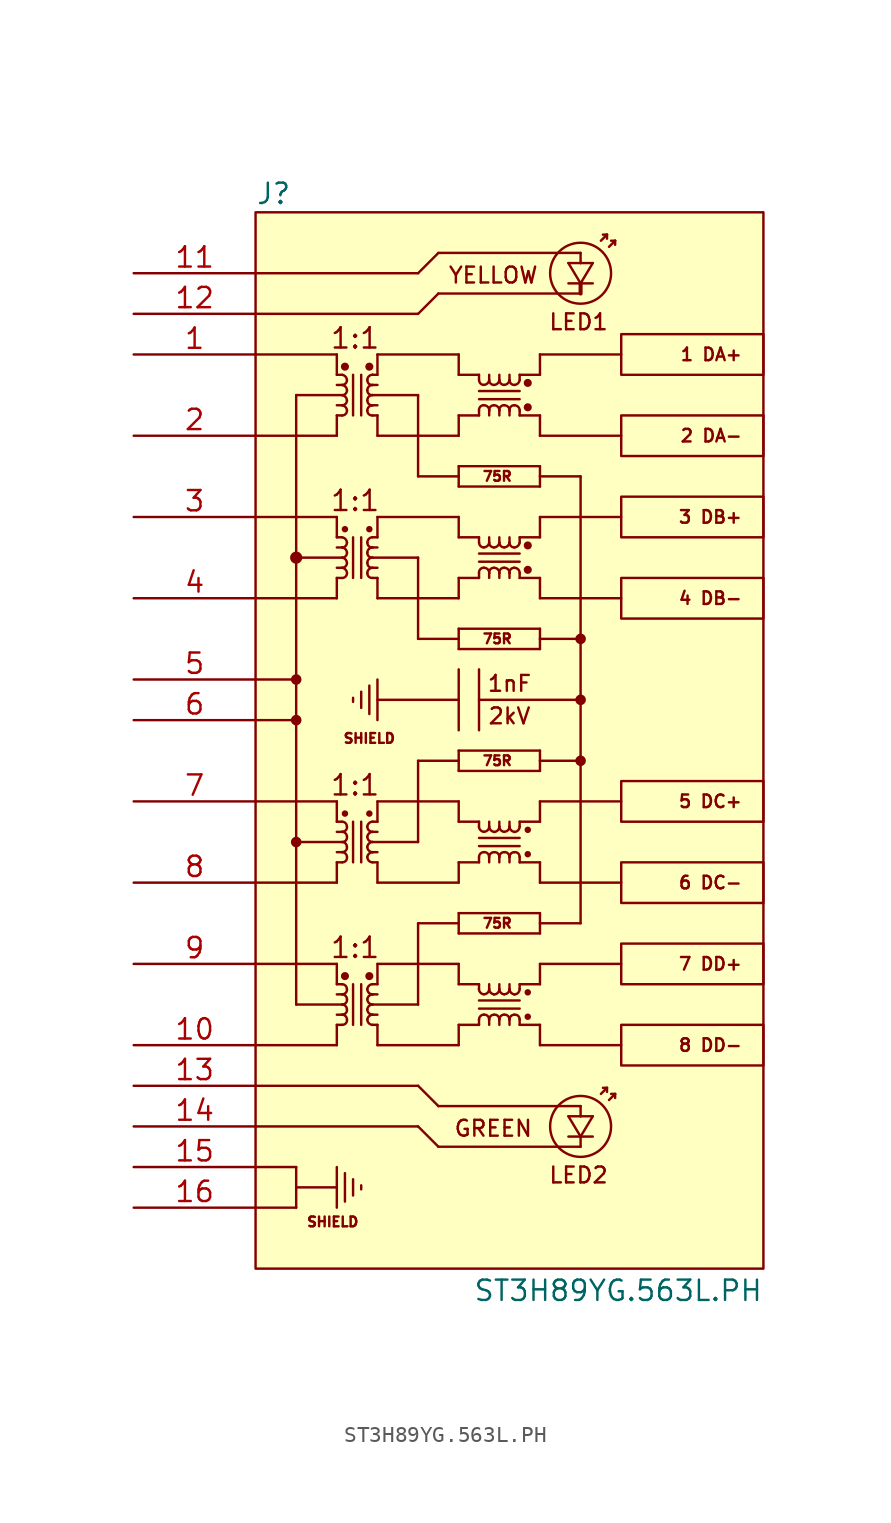
<source format=kicad_sym>
(kicad_symbol_lib
  (version 20211014)
  (generator kicad_symbol_editor)
  (symbol "ST3H89YG.563L.PH"
    (pin_names
      (offset 1.016) hide)
    (property "Reference" "J"
      (at -11.43 33.655 0)
      (effects (font (size 1.27 1.27)) (justify left top)))
    (property "Value" "ST3H89YG.563L.PH"
      (at 20.32 -34.925 0)
      (effects (font (size 1.27 1.27)) (justify right top)))
    (property "Datasheet" ""
      (at 1.27 0 0)
      (effects (font (size 1.524 1.524))))
    (symbol "ST3H89YG.563L.PH_0_0"
      (text "1 DA+" (at 19.05 22.86 0) (effects (font (size 0.787 0.787)) (justify right)))
      (text "3 DB+" (at 19.05 12.7 0) (effects (font (size 0.787 0.787)) (justify right)))
      (text "5 DC+" (at 19.05 -5.08 0) (effects (font (size 0.787 0.787)) (justify right)))
      (text "7 DD+" (at 19.05 -15.24 0) (effects (font (size 0.787 0.787)) (justify right))))
    (symbol "ST3H89YG.563L.PH_1_0"
      (rectangle (start -11.43 -34.29) (end 20.32 31.75) (stroke (width 0) (type default) (color 0 0 0 0)) (fill (type background)))
      (polyline (pts (xy -11.43 -27.94) (xy -8.89 -27.94)) (stroke (width 0) (type default) (color 0 0 0 0)) (fill (type none)))
      (polyline (pts (xy -11.43 -20.32) (xy -6.35 -20.32)) (stroke (width 0) (type default) (color 0 0 0 0)) (fill (type none)))
      (polyline (pts (xy -11.43 -15.24) (xy -6.35 -15.24)) (stroke (width 0) (type default) (color 0 0 0 0)) (fill (type none)))
      (polyline (pts (xy -11.43 -10.16) (xy -6.35 -10.16)) (stroke (width 0) (type default) (color 0 0 0 0)) (fill (type none)))
      (polyline (pts (xy -11.43 -5.08) (xy -6.35 -5.08)) (stroke (width 0) (type default) (color 0 0 0 0)) (fill (type none)))
      (polyline (pts (xy -11.43 0) (xy -8.89 0)) (stroke (width 0) (type default) (color 0 0 0 0)) (fill (type none)))
      (polyline (pts (xy -11.43 2.54) (xy -8.89 2.54)) (stroke (width 0) (type default) (color 0 0 0 0)) (fill (type none)))
      (polyline (pts (xy -11.43 7.62) (xy -6.35 7.62)) (stroke (width 0) (type default) (color 0 0 0 0)) (fill (type none)))
      (polyline (pts (xy -11.43 12.7) (xy -6.35 12.7)) (stroke (width 0) (type default) (color 0 0 0 0)) (fill (type none)))
      (polyline (pts (xy -11.43 17.78) (xy -6.35 17.78)) (stroke (width 0) (type default) (color 0 0 0 0)) (fill (type none)))
      (polyline (pts (xy -11.43 22.86) (xy -6.35 22.86)) (stroke (width 0) (type default) (color 0 0 0 0)) (fill (type none)))
      (polyline (pts (xy -8.89 -30.48) (xy -11.43 -30.48)) (stroke (width 0) (type default) (color 0 0 0 0)) (fill (type none)))
      (polyline (pts (xy -8.89 -29.21) (xy -6.35 -29.21)) (stroke (width 0) (type default) (color 0 0 0 0)) (fill (type none)))
      (polyline (pts (xy -8.89 -27.94) (xy -8.89 -30.48)) (stroke (width 0) (type default) (color 0 0 0 0)) (fill (type none)))
      (polyline (pts (xy -8.89 -17.78) (xy -8.89 -7.62)) (stroke (width 0) (type default) (color 0 0 0 0)) (fill (type none)))
      (polyline (pts (xy -8.89 0) (xy -8.89 -7.62)) (stroke (width 0) (type default) (color 0 0 0 0)) (fill (type none)))
      (polyline (pts (xy -8.89 2.54) (xy -8.89 0)) (stroke (width 0) (type default) (color 0 0 0 0)) (fill (type none)))
      (polyline (pts (xy -8.89 10.16) (xy -8.89 2.54)) (stroke (width 0) (type default) (color 0 0 0 0)) (fill (type none)))
      (polyline (pts (xy -8.89 20.32) (xy -8.89 10.16)) (stroke (width 0) (type default) (color 0 0 0 0)) (fill (type none)))
      (polyline (pts (xy -6.35 -30.48) (xy -6.35 -29.21)) (stroke (width 0) (type default) (color 0 0 0 0)) (fill (type none)))
      (polyline (pts (xy -6.35 -29.21) (xy -6.35 -27.94)) (stroke (width 0) (type default) (color 0 0 0 0)) (fill (type none)))
      (polyline (pts (xy -6.35 -20.32) (xy -6.35 -19.05)) (stroke (width 0) (type default) (color 0 0 0 0)) (fill (type none)))
      (polyline (pts (xy -6.35 -18.415) (xy -6.02 -18.415)) (stroke (width 0) (type default) (color 0 0 0 0)) (fill (type none)))
      (polyline (pts (xy -6.35 -17.145) (xy -6.02 -17.145)) (stroke (width 0) (type default) (color 0 0 0 0)) (fill (type none)))
      (polyline (pts (xy -6.35 -16.51) (xy -6.02 -16.51)) (stroke (width 0) (type default) (color 0 0 0 0)) (fill (type none)))
      (polyline (pts (xy -6.35 -15.24) (xy -6.35 -16.51)) (stroke (width 0) (type default) (color 0 0 0 0)) (fill (type none)))
      (polyline (pts (xy -6.35 -10.16) (xy -6.35 -8.89)) (stroke (width 0) (type default) (color 0 0 0 0)) (fill (type none)))
      (polyline (pts (xy -6.35 -8.255) (xy -6.02 -8.255)) (stroke (width 0) (type default) (color 0 0 0 0)) (fill (type none)))
      (polyline (pts (xy -6.35 -6.985) (xy -6.02 -6.985)) (stroke (width 0) (type default) (color 0 0 0 0)) (fill (type none)))
      (polyline (pts (xy -6.35 -6.35) (xy -6.02 -6.35)) (stroke (width 0) (type default) (color 0 0 0 0)) (fill (type none)))
      (polyline (pts (xy -6.35 -5.08) (xy -6.35 -6.35)) (stroke (width 0) (type default) (color 0 0 0 0)) (fill (type none)))
      (polyline (pts (xy -6.35 7.62) (xy -6.35 8.89)) (stroke (width 0) (type default) (color 0 0 0 0)) (fill (type none)))
      (polyline (pts (xy -6.35 9.525) (xy -6.02 9.525)) (stroke (width 0) (type default) (color 0 0 0 0)) (fill (type none)))
      (polyline (pts (xy -6.35 10.795) (xy -6.02 10.795)) (stroke (width 0) (type default) (color 0 0 0 0)) (fill (type none)))
      (polyline (pts (xy -6.35 11.43) (xy -6.02 11.43)) (stroke (width 0) (type default) (color 0 0 0 0)) (fill (type none)))
      (polyline (pts (xy -6.35 12.7) (xy -6.35 11.43)) (stroke (width 0) (type default) (color 0 0 0 0)) (fill (type none)))
      (polyline (pts (xy -6.35 17.78) (xy -6.35 19.05)) (stroke (width 0) (type default) (color 0 0 0 0)) (fill (type none)))
      (polyline (pts (xy -6.35 19.685) (xy -6.02 19.685)) (stroke (width 0) (type default) (color 0 0 0 0)) (fill (type none)))
      (polyline (pts (xy -6.35 20.955) (xy -6.02 20.955)) (stroke (width 0) (type default) (color 0 0 0 0)) (fill (type none)))
      (polyline (pts (xy -6.35 21.59) (xy -6.02 21.59)) (stroke (width 0) (type default) (color 0 0 0 0)) (fill (type none)))
      (polyline (pts (xy -6.35 22.86) (xy -6.35 21.59)) (stroke (width 0) (type default) (color 0 0 0 0)) (fill (type none)))
      (polyline (pts (xy -6.02 -19.05) (xy -6.35 -19.05)) (stroke (width 0) (type default) (color 0 0 0 0)) (fill (type none)))
      (polyline (pts (xy -6.02 -17.78) (xy -8.89 -17.78)) (stroke (width 0) (type default) (color 0 0 0 0)) (fill (type none)))
      (polyline (pts (xy -6.02 -8.89) (xy -6.35 -8.89)) (stroke (width 0) (type default) (color 0 0 0 0)) (fill (type none)))
      (polyline (pts (xy -6.02 -7.62) (xy -8.89 -7.62)) (stroke (width 0) (type default) (color 0 0 0 0)) (fill (type none)))
      (polyline (pts (xy -6.02 8.89) (xy -6.35 8.89)) (stroke (width 0) (type default) (color 0 0 0 0)) (fill (type none)))
      (polyline (pts (xy -6.02 10.16) (xy -8.89 10.16)) (stroke (width 0) (type default) (color 0 0 0 0)) (fill (type none)))
      (polyline (pts (xy -6.02 19.05) (xy -6.35 19.05)) (stroke (width 0) (type default) (color 0 0 0 0)) (fill (type none)))
      (polyline (pts (xy -6.02 20.32) (xy -8.89 20.32)) (stroke (width 0) (type default) (color 0 0 0 0)) (fill (type none)))
      (polyline (pts (xy -5.842 -30.099) (xy -5.842 -28.321)) (stroke (width 0) (type default) (color 0 0 0 0)) (fill (type none)))
      (polyline (pts (xy -5.334 -29.718) (xy -5.334 -28.702)) (stroke (width 0) (type default) (color 0 0 0 0)) (fill (type none)))
      (polyline (pts (xy -5.334 -16.51) (xy -5.334 -19.05)) (stroke (width 0) (type default) (color 0 0 0 0)) (fill (type none)))
      (polyline (pts (xy -5.334 -6.35) (xy -5.334 -8.89)) (stroke (width 0) (type default) (color 0 0 0 0)) (fill (type none)))
      (polyline (pts (xy -5.334 1.397) (xy -5.334 1.143)) (stroke (width 0) (type default) (color 0 0 0 0)) (fill (type none)))
      (polyline (pts (xy -5.334 11.43) (xy -5.334 8.89)) (stroke (width 0) (type default) (color 0 0 0 0)) (fill (type none)))
      (polyline (pts (xy -5.334 21.59) (xy -5.334 19.05)) (stroke (width 0) (type default) (color 0 0 0 0)) (fill (type none)))
      (polyline (pts (xy -4.826 -29.337) (xy -4.826 -29.083)) (stroke (width 0) (type default) (color 0 0 0 0)) (fill (type none)))
      (polyline (pts (xy -4.826 -16.51) (xy -4.826 -19.05)) (stroke (width 0) (type default) (color 0 0 0 0)) (fill (type none)))
      (polyline (pts (xy -4.826 -6.35) (xy -4.826 -8.89)) (stroke (width 0) (type default) (color 0 0 0 0)) (fill (type none)))
      (polyline (pts (xy -4.826 1.778) (xy -4.826 0.762)) (stroke (width 0) (type default) (color 0 0 0 0)) (fill (type none)))
      (polyline (pts (xy -4.826 11.43) (xy -4.826 8.89)) (stroke (width 0) (type default) (color 0 0 0 0)) (fill (type none)))
      (polyline (pts (xy -4.826 21.59) (xy -4.826 19.05)) (stroke (width 0) (type default) (color 0 0 0 0)) (fill (type none)))
      (polyline (pts (xy -4.318 2.159) (xy -4.318 0.381)) (stroke (width 0) (type default) (color 0 0 0 0)) (fill (type none)))
      (polyline (pts (xy -4.115 -19.05) (xy -3.81 -19.05)) (stroke (width 0) (type default) (color 0 0 0 0)) (fill (type none)))
      (polyline (pts (xy -4.115 -17.78) (xy -1.27 -17.78)) (stroke (width 0) (type default) (color 0 0 0 0)) (fill (type none)))
      (polyline (pts (xy -4.115 -8.89) (xy -3.81 -8.89)) (stroke (width 0) (type default) (color 0 0 0 0)) (fill (type none)))
      (polyline (pts (xy -4.115 -7.62) (xy -1.27 -7.62)) (stroke (width 0) (type default) (color 0 0 0 0)) (fill (type none)))
      (polyline (pts (xy -4.115 8.89) (xy -3.81 8.89)) (stroke (width 0) (type default) (color 0 0 0 0)) (fill (type none)))
      (polyline (pts (xy -4.115 10.16) (xy -1.27 10.16)) (stroke (width 0) (type default) (color 0 0 0 0)) (fill (type none)))
      (polyline (pts (xy -4.115 19.05) (xy -3.81 19.05)) (stroke (width 0) (type default) (color 0 0 0 0)) (fill (type none)))
      (polyline (pts (xy -4.115 20.32) (xy -1.27 20.32)) (stroke (width 0) (type default) (color 0 0 0 0)) (fill (type none)))
      (polyline (pts (xy -3.81 -20.32) (xy -3.81 -19.05)) (stroke (width 0) (type default) (color 0 0 0 0)) (fill (type none)))
      (polyline (pts (xy -3.81 -18.415) (xy -4.115 -18.415)) (stroke (width 0) (type default) (color 0 0 0 0)) (fill (type none)))
      (polyline (pts (xy -3.81 -17.145) (xy -4.115 -17.145)) (stroke (width 0) (type default) (color 0 0 0 0)) (fill (type none)))
      (polyline (pts (xy -3.81 -16.51) (xy -4.115 -16.51)) (stroke (width 0) (type default) (color 0 0 0 0)) (fill (type none)))
      (polyline (pts (xy -3.81 -15.24) (xy -3.81 -16.51)) (stroke (width 0) (type default) (color 0 0 0 0)) (fill (type none)))
      (polyline (pts (xy -3.81 -10.16) (xy -3.81 -8.89)) (stroke (width 0) (type default) (color 0 0 0 0)) (fill (type none)))
      (polyline (pts (xy -3.81 -8.255) (xy -4.115 -8.255)) (stroke (width 0) (type default) (color 0 0 0 0)) (fill (type none)))
      (polyline (pts (xy -3.81 -6.985) (xy -4.115 -6.985)) (stroke (width 0) (type default) (color 0 0 0 0)) (fill (type none)))
      (polyline (pts (xy -3.81 -6.35) (xy -4.115 -6.35)) (stroke (width 0) (type default) (color 0 0 0 0)) (fill (type none)))
      (polyline (pts (xy -3.81 -5.08) (xy -3.81 -6.35)) (stroke (width 0) (type default) (color 0 0 0 0)) (fill (type none)))
      (polyline (pts (xy -3.81 2.54) (xy -3.81 0)) (stroke (width 0) (type default) (color 0 0 0 0)) (fill (type none)))
      (polyline (pts (xy -3.81 7.62) (xy -3.81 8.89)) (stroke (width 0) (type default) (color 0 0 0 0)) (fill (type none)))
      (polyline (pts (xy -3.81 9.525) (xy -4.115 9.525)) (stroke (width 0) (type default) (color 0 0 0 0)) (fill (type none)))
      (polyline (pts (xy -3.81 10.795) (xy -4.115 10.795)) (stroke (width 0) (type default) (color 0 0 0 0)) (fill (type none)))
      (polyline (pts (xy -3.81 11.43) (xy -4.115 11.43)) (stroke (width 0) (type default) (color 0 0 0 0)) (fill (type none)))
      (polyline (pts (xy -3.81 12.7) (xy -3.81 11.43)) (stroke (width 0) (type default) (color 0 0 0 0)) (fill (type none)))
      (polyline (pts (xy -3.81 17.78) (xy -3.81 19.05)) (stroke (width 0) (type default) (color 0 0 0 0)) (fill (type none)))
      (polyline (pts (xy -3.81 19.685) (xy -4.115 19.685)) (stroke (width 0) (type default) (color 0 0 0 0)) (fill (type none)))
      (polyline (pts (xy -3.81 20.955) (xy -4.115 20.955)) (stroke (width 0) (type default) (color 0 0 0 0)) (fill (type none)))
      (polyline (pts (xy -3.81 21.59) (xy -4.115 21.59)) (stroke (width 0) (type default) (color 0 0 0 0)) (fill (type none)))
      (polyline (pts (xy -3.81 22.86) (xy -3.81 21.59)) (stroke (width 0) (type default) (color 0 0 0 0)) (fill (type none)))
      (polyline (pts (xy -1.27 -25.4) (xy -11.43 -25.4)) (stroke (width 0) (type default) (color 0 0 0 0)) (fill (type none)))
      (polyline (pts (xy -1.27 -22.86) (xy -11.43 -22.86)) (stroke (width 0) (type default) (color 0 0 0 0)) (fill (type none)))
      (polyline (pts (xy -1.27 -17.78) (xy -1.27 -12.7)) (stroke (width 0) (type default) (color 0 0 0 0)) (fill (type none)))
      (polyline (pts (xy -1.27 -12.7) (xy 1.27 -12.7)) (stroke (width 0) (type default) (color 0 0 0 0)) (fill (type none)))
      (polyline (pts (xy -1.27 -7.62) (xy -1.27 -2.54)) (stroke (width 0) (type default) (color 0 0 0 0)) (fill (type none)))
      (polyline (pts (xy -1.27 -2.54) (xy 1.27 -2.54)) (stroke (width 0) (type default) (color 0 0 0 0)) (fill (type none)))
      (polyline (pts (xy -1.27 5.08) (xy 1.27 5.08)) (stroke (width 0) (type default) (color 0 0 0 0)) (fill (type none)))
      (polyline (pts (xy -1.27 10.16) (xy -1.27 5.08)) (stroke (width 0) (type default) (color 0 0 0 0)) (fill (type none)))
      (polyline (pts (xy -1.27 15.24) (xy 1.27 15.24)) (stroke (width 0) (type default) (color 0 0 0 0)) (fill (type none)))
      (polyline (pts (xy -1.27 20.32) (xy -1.27 15.24)) (stroke (width 0) (type default) (color 0 0 0 0)) (fill (type none)))
      (polyline (pts (xy -1.27 25.4) (xy -11.43 25.4)) (stroke (width 0) (type default) (color 0 0 0 0)) (fill (type none)))
      (polyline (pts (xy -1.27 27.94) (xy -11.43 27.94)) (stroke (width 0) (type default) (color 0 0 0 0)) (fill (type none)))
      (polyline (pts (xy 0 -26.67) (xy -1.27 -25.4)) (stroke (width 0) (type default) (color 0 0 0 0)) (fill (type none)))
      (polyline (pts (xy 0 -24.13) (xy -1.27 -22.86)) (stroke (width 0) (type default) (color 0 0 0 0)) (fill (type none)))
      (polyline (pts (xy 0 26.67) (xy -1.27 25.4)) (stroke (width 0) (type default) (color 0 0 0 0)) (fill (type none)))
      (polyline (pts (xy 0 29.21) (xy -1.27 27.94)) (stroke (width 0) (type default) (color 0 0 0 0)) (fill (type none)))
      (polyline (pts (xy 1.27 -20.32) (xy -3.81 -20.32)) (stroke (width 0) (type default) (color 0 0 0 0)) (fill (type none)))
      (polyline (pts (xy 1.27 -19.05) (xy 1.27 -20.32)) (stroke (width 0) (type default) (color 0 0 0 0)) (fill (type none)))
      (polyline (pts (xy 1.27 -19.05) (xy 2.54 -19.05)) (stroke (width 0) (type default) (color 0 0 0 0)) (fill (type none)))
      (polyline (pts (xy 1.27 -16.51) (xy 1.27 -15.24)) (stroke (width 0) (type default) (color 0 0 0 0)) (fill (type none)))
      (polyline (pts (xy 1.27 -16.51) (xy 2.54 -16.51)) (stroke (width 0) (type default) (color 0 0 0 0)) (fill (type none)))
      (polyline (pts (xy 1.27 -15.24) (xy -3.81 -15.24)) (stroke (width 0) (type default) (color 0 0 0 0)) (fill (type none)))
      (polyline (pts (xy 1.27 -13.335) (xy 6.35 -13.335)) (stroke (width 0) (type default) (color 0 0 0 0)) (fill (type none)))
      (polyline (pts (xy 1.27 -12.065) (xy 1.27 -13.335)) (stroke (width 0) (type default) (color 0 0 0 0)) (fill (type none)))
      (polyline (pts (xy 1.27 -10.16) (xy -3.81 -10.16)) (stroke (width 0) (type default) (color 0 0 0 0)) (fill (type none)))
      (polyline (pts (xy 1.27 -8.89) (xy 1.27 -10.16)) (stroke (width 0) (type default) (color 0 0 0 0)) (fill (type none)))
      (polyline (pts (xy 1.27 -8.89) (xy 2.54 -8.89)) (stroke (width 0) (type default) (color 0 0 0 0)) (fill (type none)))
      (polyline (pts (xy 1.27 -6.35) (xy 1.27 -5.08)) (stroke (width 0) (type default) (color 0 0 0 0)) (fill (type none)))
      (polyline (pts (xy 1.27 -6.35) (xy 2.54 -6.35)) (stroke (width 0) (type default) (color 0 0 0 0)) (fill (type none)))
      (polyline (pts (xy 1.27 -5.08) (xy -3.81 -5.08)) (stroke (width 0) (type default) (color 0 0 0 0)) (fill (type none)))
      (polyline (pts (xy 1.27 -3.175) (xy 6.35 -3.175)) (stroke (width 0) (type default) (color 0 0 0 0)) (fill (type none)))
      (polyline (pts (xy 1.27 -1.905) (xy 1.27 -3.175)) (stroke (width 0) (type default) (color 0 0 0 0)) (fill (type none)))
      (polyline (pts (xy 1.27 1.27) (xy -3.81 1.27)) (stroke (width 0) (type default) (color 0 0 0 0)) (fill (type none)))
      (polyline (pts (xy 1.27 1.27) (xy 1.27 -0.635)) (stroke (width 0) (type default) (color 0 0 0 0)) (fill (type none)))
      (polyline (pts (xy 1.27 3.175) (xy 1.27 1.27)) (stroke (width 0) (type default) (color 0 0 0 0)) (fill (type none)))
      (polyline (pts (xy 1.27 4.445) (xy 6.35 4.445)) (stroke (width 0) (type default) (color 0 0 0 0)) (fill (type none)))
      (polyline (pts (xy 1.27 5.715) (xy 1.27 4.445)) (stroke (width 0) (type default) (color 0 0 0 0)) (fill (type none)))
      (polyline (pts (xy 1.27 7.62) (xy -3.81 7.62)) (stroke (width 0) (type default) (color 0 0 0 0)) (fill (type none)))
      (polyline (pts (xy 1.27 8.89) (xy 1.27 7.62)) (stroke (width 0) (type default) (color 0 0 0 0)) (fill (type none)))
      (polyline (pts (xy 1.27 8.89) (xy 2.54 8.89)) (stroke (width 0) (type default) (color 0 0 0 0)) (fill (type none)))
      (polyline (pts (xy 1.27 11.43) (xy 1.27 12.7)) (stroke (width 0) (type default) (color 0 0 0 0)) (fill (type none)))
      (polyline (pts (xy 1.27 11.43) (xy 2.54 11.43)) (stroke (width 0) (type default) (color 0 0 0 0)) (fill (type none)))
      (polyline (pts (xy 1.27 12.7) (xy -3.81 12.7)) (stroke (width 0) (type default) (color 0 0 0 0)) (fill (type none)))
      (polyline (pts (xy 1.27 14.605) (xy 6.35 14.605)) (stroke (width 0) (type default) (color 0 0 0 0)) (fill (type none)))
      (polyline (pts (xy 1.27 15.875) (xy 1.27 14.605)) (stroke (width 0) (type default) (color 0 0 0 0)) (fill (type none)))
      (polyline (pts (xy 1.27 17.78) (xy -3.81 17.78)) (stroke (width 0) (type default) (color 0 0 0 0)) (fill (type none)))
      (polyline (pts (xy 1.27 19.05) (xy 1.27 17.78)) (stroke (width 0) (type default) (color 0 0 0 0)) (fill (type none)))
      (polyline (pts (xy 1.27 19.05) (xy 2.54 19.05)) (stroke (width 0) (type default) (color 0 0 0 0)) (fill (type none)))
      (polyline (pts (xy 1.27 21.59) (xy 1.27 22.86)) (stroke (width 0) (type default) (color 0 0 0 0)) (fill (type none)))
      (polyline (pts (xy 1.27 21.59) (xy 2.54 21.59)) (stroke (width 0) (type default) (color 0 0 0 0)) (fill (type none)))
      (polyline (pts (xy 1.27 22.86) (xy -3.81 22.86)) (stroke (width 0) (type default) (color 0 0 0 0)) (fill (type none)))
      (polyline (pts (xy 2.54 -18.72) (xy 2.54 -19.05)) (stroke (width 0) (type default) (color 0 0 0 0)) (fill (type none)))
      (polyline (pts (xy 2.54 -16.815) (xy 2.54 -16.51)) (stroke (width 0) (type default) (color 0 0 0 0)) (fill (type none)))
      (polyline (pts (xy 2.54 -8.56) (xy 2.54 -8.89)) (stroke (width 0) (type default) (color 0 0 0 0)) (fill (type none)))
      (polyline (pts (xy 2.54 -6.655) (xy 2.54 -6.35)) (stroke (width 0) (type default) (color 0 0 0 0)) (fill (type none)))
      (polyline (pts (xy 2.54 3.175) (xy 2.54 -0.635)) (stroke (width 0) (type default) (color 0 0 0 0)) (fill (type none)))
      (polyline (pts (xy 2.54 9.195) (xy 2.54 8.89)) (stroke (width 0) (type default) (color 0 0 0 0)) (fill (type none)))
      (polyline (pts (xy 2.54 11.1) (xy 2.54 11.43)) (stroke (width 0) (type default) (color 0 0 0 0)) (fill (type none)))
      (polyline (pts (xy 2.54 19.355) (xy 2.54 19.05)) (stroke (width 0) (type default) (color 0 0 0 0)) (fill (type none)))
      (polyline (pts (xy 2.54 21.26) (xy 2.54 21.59)) (stroke (width 0) (type default) (color 0 0 0 0)) (fill (type none)))
      (polyline (pts (xy 3.175 -19.05) (xy 3.175 -18.72)) (stroke (width 0) (type default) (color 0 0 0 0)) (fill (type none)))
      (polyline (pts (xy 3.175 -16.51) (xy 3.175 -16.815)) (stroke (width 0) (type default) (color 0 0 0 0)) (fill (type none)))
      (polyline (pts (xy 3.175 -8.89) (xy 3.175 -8.56)) (stroke (width 0) (type default) (color 0 0 0 0)) (fill (type none)))
      (polyline (pts (xy 3.175 -6.35) (xy 3.175 -6.655)) (stroke (width 0) (type default) (color 0 0 0 0)) (fill (type none)))
      (polyline (pts (xy 3.175 8.89) (xy 3.175 9.195)) (stroke (width 0) (type default) (color 0 0 0 0)) (fill (type none)))
      (polyline (pts (xy 3.175 11.43) (xy 3.175 11.1)) (stroke (width 0) (type default) (color 0 0 0 0)) (fill (type none)))
      (polyline (pts (xy 3.175 19.05) (xy 3.175 19.355)) (stroke (width 0) (type default) (color 0 0 0 0)) (fill (type none)))
      (polyline (pts (xy 3.175 21.59) (xy 3.175 21.26)) (stroke (width 0) (type default) (color 0 0 0 0)) (fill (type none)))
      (polyline (pts (xy 3.81 -19.05) (xy 3.81 -18.72)) (stroke (width 0) (type default) (color 0 0 0 0)) (fill (type none)))
      (polyline (pts (xy 3.81 -16.51) (xy 3.81 -16.815)) (stroke (width 0) (type default) (color 0 0 0 0)) (fill (type none)))
      (polyline (pts (xy 3.81 -8.89) (xy 3.81 -8.56)) (stroke (width 0) (type default) (color 0 0 0 0)) (fill (type none)))
      (polyline (pts (xy 3.81 -6.35) (xy 3.81 -6.655)) (stroke (width 0) (type default) (color 0 0 0 0)) (fill (type none)))
      (polyline (pts (xy 3.81 8.89) (xy 3.81 9.195)) (stroke (width 0) (type default) (color 0 0 0 0)) (fill (type none)))
      (polyline (pts (xy 3.81 11.43) (xy 3.81 11.1)) (stroke (width 0) (type default) (color 0 0 0 0)) (fill (type none)))
      (polyline (pts (xy 3.81 19.05) (xy 3.81 19.355)) (stroke (width 0) (type default) (color 0 0 0 0)) (fill (type none)))
      (polyline (pts (xy 3.81 21.59) (xy 3.81 21.26)) (stroke (width 0) (type default) (color 0 0 0 0)) (fill (type none)))
      (polyline (pts (xy 4.445 -19.05) (xy 4.445 -18.72)) (stroke (width 0) (type default) (color 0 0 0 0)) (fill (type none)))
      (polyline (pts (xy 4.445 -16.51) (xy 4.445 -16.815)) (stroke (width 0) (type default) (color 0 0 0 0)) (fill (type none)))
      (polyline (pts (xy 4.445 -8.89) (xy 4.445 -8.56)) (stroke (width 0) (type default) (color 0 0 0 0)) (fill (type none)))
      (polyline (pts (xy 4.445 -6.35) (xy 4.445 -6.655)) (stroke (width 0) (type default) (color 0 0 0 0)) (fill (type none)))
      (polyline (pts (xy 4.445 8.89) (xy 4.445 9.195)) (stroke (width 0) (type default) (color 0 0 0 0)) (fill (type none)))
      (polyline (pts (xy 4.445 11.43) (xy 4.445 11.1)) (stroke (width 0) (type default) (color 0 0 0 0)) (fill (type none)))
      (polyline (pts (xy 4.445 19.05) (xy 4.445 19.355)) (stroke (width 0) (type default) (color 0 0 0 0)) (fill (type none)))
      (polyline (pts (xy 4.445 21.59) (xy 4.445 21.26)) (stroke (width 0) (type default) (color 0 0 0 0)) (fill (type none)))
      (polyline (pts (xy 5.08 -19.05) (xy 5.08 -18.72)) (stroke (width 0) (type default) (color 0 0 0 0)) (fill (type none)))
      (polyline (pts (xy 5.08 -18.034) (xy 2.54 -18.034)) (stroke (width 0) (type default) (color 0 0 0 0)) (fill (type none)))
      (polyline (pts (xy 5.08 -17.526) (xy 2.54 -17.526)) (stroke (width 0) (type default) (color 0 0 0 0)) (fill (type none)))
      (polyline (pts (xy 5.08 -16.51) (xy 5.08 -16.815)) (stroke (width 0) (type default) (color 0 0 0 0)) (fill (type none)))
      (polyline (pts (xy 5.08 -8.89) (xy 5.08 -8.56)) (stroke (width 0) (type default) (color 0 0 0 0)) (fill (type none)))
      (polyline (pts (xy 5.08 -7.874) (xy 2.54 -7.874)) (stroke (width 0) (type default) (color 0 0 0 0)) (fill (type none)))
      (polyline (pts (xy 5.08 -7.366) (xy 2.54 -7.366)) (stroke (width 0) (type default) (color 0 0 0 0)) (fill (type none)))
      (polyline (pts (xy 5.08 -6.35) (xy 5.08 -6.655)) (stroke (width 0) (type default) (color 0 0 0 0)) (fill (type none)))
      (polyline (pts (xy 5.08 8.89) (xy 5.08 9.195)) (stroke (width 0) (type default) (color 0 0 0 0)) (fill (type none)))
      (polyline (pts (xy 5.08 9.906) (xy 2.54 9.906)) (stroke (width 0) (type default) (color 0 0 0 0)) (fill (type none)))
      (polyline (pts (xy 5.08 10.414) (xy 2.54 10.414)) (stroke (width 0) (type default) (color 0 0 0 0)) (fill (type none)))
      (polyline (pts (xy 5.08 11.43) (xy 5.08 11.1)) (stroke (width 0) (type default) (color 0 0 0 0)) (fill (type none)))
      (polyline (pts (xy 5.08 19.05) (xy 5.08 19.355)) (stroke (width 0) (type default) (color 0 0 0 0)) (fill (type none)))
      (polyline (pts (xy 5.08 20.066) (xy 2.54 20.066)) (stroke (width 0) (type default) (color 0 0 0 0)) (fill (type none)))
      (polyline (pts (xy 5.08 20.574) (xy 2.54 20.574)) (stroke (width 0) (type default) (color 0 0 0 0)) (fill (type none)))
      (polyline (pts (xy 5.08 21.59) (xy 5.08 21.26)) (stroke (width 0) (type default) (color 0 0 0 0)) (fill (type none)))
      (polyline (pts (xy 6.35 -20.32) (xy 6.35 -19.05)) (stroke (width 0) (type default) (color 0 0 0 0)) (fill (type none)))
      (polyline (pts (xy 6.35 -19.05) (xy 5.08 -19.05)) (stroke (width 0) (type default) (color 0 0 0 0)) (fill (type none)))
      (polyline (pts (xy 6.35 -16.51) (xy 5.08 -16.51)) (stroke (width 0) (type default) (color 0 0 0 0)) (fill (type none)))
      (polyline (pts (xy 6.35 -15.24) (xy 6.35 -16.51)) (stroke (width 0) (type default) (color 0 0 0 0)) (fill (type none)))
      (polyline (pts (xy 6.35 -13.335) (xy 6.35 -12.7)) (stroke (width 0) (type default) (color 0 0 0 0)) (fill (type none)))
      (polyline (pts (xy 6.35 -12.7) (xy 6.35 -12.065)) (stroke (width 0) (type default) (color 0 0 0 0)) (fill (type none)))
      (polyline (pts (xy 6.35 -12.7) (xy 8.89 -12.7)) (stroke (width 0) (type default) (color 0 0 0 0)) (fill (type none)))
      (polyline (pts (xy 6.35 -12.065) (xy 1.27 -12.065)) (stroke (width 0) (type default) (color 0 0 0 0)) (fill (type none)))
      (polyline (pts (xy 6.35 -10.16) (xy 6.35 -8.89)) (stroke (width 0) (type default) (color 0 0 0 0)) (fill (type none)))
      (polyline (pts (xy 6.35 -8.89) (xy 5.08 -8.89)) (stroke (width 0) (type default) (color 0 0 0 0)) (fill (type none)))
      (polyline (pts (xy 6.35 -6.35) (xy 5.08 -6.35)) (stroke (width 0) (type default) (color 0 0 0 0)) (fill (type none)))
      (polyline (pts (xy 6.35 -5.08) (xy 6.35 -6.35)) (stroke (width 0) (type default) (color 0 0 0 0)) (fill (type none)))
      (polyline (pts (xy 6.35 -3.175) (xy 6.35 -2.54)) (stroke (width 0) (type default) (color 0 0 0 0)) (fill (type none)))
      (polyline (pts (xy 6.35 -2.54) (xy 6.35 -1.905)) (stroke (width 0) (type default) (color 0 0 0 0)) (fill (type none)))
      (polyline (pts (xy 6.35 -2.54) (xy 8.89 -2.54)) (stroke (width 0) (type default) (color 0 0 0 0)) (fill (type none)))
      (polyline (pts (xy 6.35 -1.905) (xy 1.27 -1.905)) (stroke (width 0) (type default) (color 0 0 0 0)) (fill (type none)))
      (polyline (pts (xy 6.35 4.445) (xy 6.35 5.08)) (stroke (width 0) (type default) (color 0 0 0 0)) (fill (type none)))
      (polyline (pts (xy 6.35 5.08) (xy 6.35 5.715)) (stroke (width 0) (type default) (color 0 0 0 0)) (fill (type none)))
      (polyline (pts (xy 6.35 5.08) (xy 8.89 5.08)) (stroke (width 0) (type default) (color 0 0 0 0)) (fill (type none)))
      (polyline (pts (xy 6.35 5.715) (xy 1.27 5.715)) (stroke (width 0) (type default) (color 0 0 0 0)) (fill (type none)))
      (polyline (pts (xy 6.35 7.62) (xy 6.35 8.89)) (stroke (width 0) (type default) (color 0 0 0 0)) (fill (type none)))
      (polyline (pts (xy 6.35 8.89) (xy 5.08 8.89)) (stroke (width 0) (type default) (color 0 0 0 0)) (fill (type none)))
      (polyline (pts (xy 6.35 11.43) (xy 5.08 11.43)) (stroke (width 0) (type default) (color 0 0 0 0)) (fill (type none)))
      (polyline (pts (xy 6.35 12.7) (xy 6.35 11.43)) (stroke (width 0) (type default) (color 0 0 0 0)) (fill (type none)))
      (polyline (pts (xy 6.35 14.605) (xy 6.35 15.24)) (stroke (width 0) (type default) (color 0 0 0 0)) (fill (type none)))
      (polyline (pts (xy 6.35 15.24) (xy 6.35 15.875)) (stroke (width 0) (type default) (color 0 0 0 0)) (fill (type none)))
      (polyline (pts (xy 6.35 15.24) (xy 8.89 15.24)) (stroke (width 0) (type default) (color 0 0 0 0)) (fill (type none)))
      (polyline (pts (xy 6.35 15.875) (xy 1.27 15.875)) (stroke (width 0) (type default) (color 0 0 0 0)) (fill (type none)))
      (polyline (pts (xy 6.35 17.78) (xy 6.35 19.05)) (stroke (width 0) (type default) (color 0 0 0 0)) (fill (type none)))
      (polyline (pts (xy 6.35 19.05) (xy 5.08 19.05)) (stroke (width 0) (type default) (color 0 0 0 0)) (fill (type none)))
      (polyline (pts (xy 6.35 21.59) (xy 5.08 21.59)) (stroke (width 0) (type default) (color 0 0 0 0)) (fill (type none)))
      (polyline (pts (xy 6.35 22.86) (xy 6.35 21.59)) (stroke (width 0) (type default) (color 0 0 0 0)) (fill (type none)))
      (polyline (pts (xy 8.128 -26.035) (xy 8.89 -26.035)) (stroke (width 0) (type default) (color 0 0 0 0)) (fill (type none)))
      (polyline (pts (xy 8.128 -24.765) (xy 8.89 -26.035)) (stroke (width 0) (type default) (color 0 0 0 0)) (fill (type none)))
      (polyline (pts (xy 8.128 -24.765) (xy 8.89 -24.765)) (stroke (width 0) (type default) (color 0 0 0 0)) (fill (type none)))
      (polyline (pts (xy 8.128 27.305) (xy 8.89 27.305)) (stroke (width 0) (type default) (color 0 0 0 0)) (fill (type none)))
      (polyline (pts (xy 8.128 28.575) (xy 8.89 27.305)) (stroke (width 0) (type default) (color 0 0 0 0)) (fill (type none)))
      (polyline (pts (xy 8.128 28.575) (xy 8.89 28.575)) (stroke (width 0) (type default) (color 0 0 0 0)) (fill (type none)))
      (polyline (pts (xy 8.89 -26.67) (xy 0 -26.67)) (stroke (width 0) (type default) (color 0 0 0 0)) (fill (type none)))
      (polyline (pts (xy 8.89 -26.035) (xy 8.89 -26.67)) (stroke (width 0) (type default) (color 0 0 0 0)) (fill (type none)))
      (polyline (pts (xy 8.89 -26.035) (xy 9.652 -26.035)) (stroke (width 0) (type default) (color 0 0 0 0)) (fill (type none)))
      (polyline (pts (xy 8.89 -26.035) (xy 9.652 -24.765)) (stroke (width 0) (type default) (color 0 0 0 0)) (fill (type none)))
      (polyline (pts (xy 8.89 -24.765) (xy 8.89 -24.13)) (stroke (width 0) (type default) (color 0 0 0 0)) (fill (type none)))
      (polyline (pts (xy 8.89 -24.765) (xy 9.652 -24.765)) (stroke (width 0) (type default) (color 0 0 0 0)) (fill (type none)))
      (polyline (pts (xy 8.89 -24.13) (xy 0 -24.13)) (stroke (width 0) (type default) (color 0 0 0 0)) (fill (type none)))
      (polyline (pts (xy 8.89 -12.7) (xy 8.89 -2.54)) (stroke (width 0) (type default) (color 0 0 0 0)) (fill (type none)))
      (polyline (pts (xy 8.89 -2.54) (xy 8.89 1.27)) (stroke (width 0) (type default) (color 0 0 0 0)) (fill (type none)))
      (polyline (pts (xy 8.89 1.27) (xy 2.54 1.27)) (stroke (width 0) (type default) (color 0 0 0 0)) (fill (type none)))
      (polyline (pts (xy 8.89 1.27) (xy 8.89 5.08)) (stroke (width 0) (type default) (color 0 0 0 0)) (fill (type none)))
      (polyline (pts (xy 8.89 15.24) (xy 8.89 5.08)) (stroke (width 0) (type default) (color 0 0 0 0)) (fill (type none)))
      (polyline (pts (xy 8.89 26.67) (xy 0 26.67)) (stroke (width 0) (type default) (color 0 0 0 0)) (fill (type none)))
      (polyline (pts (xy 8.89 27.305) (xy 8.89 26.67)) (stroke (width 0.254) (type default) (color 0 0 0 0)) (fill (type none)))
      (polyline (pts (xy 8.89 27.305) (xy 9.652 27.305)) (stroke (width 0) (type default) (color 0 0 0 0)) (fill (type none)))
      (polyline (pts (xy 8.89 27.305) (xy 9.652 28.575)) (stroke (width 0) (type default) (color 0 0 0 0)) (fill (type none)))
      (polyline (pts (xy 8.89 28.575) (xy 8.89 29.21)) (stroke (width 0) (type default) (color 0 0 0 0)) (fill (type none)))
      (polyline (pts (xy 8.89 28.575) (xy 9.652 28.575)) (stroke (width 0) (type default) (color 0 0 0 0)) (fill (type none)))
      (polyline (pts (xy 8.89 29.21) (xy 0 29.21)) (stroke (width 0) (type default) (color 0 0 0 0)) (fill (type none)))
      (polyline (pts (xy 10.16 -23.368) (xy 10.541 -22.987)) (stroke (width 0) (type default) (color 0 0 0 0)) (fill (type none)))
      (polyline (pts (xy 10.16 29.972) (xy 10.541 30.353)) (stroke (width 0) (type default) (color 0 0 0 0)) (fill (type none)))
      (polyline (pts (xy 10.541 -22.987) (xy 10.287 -22.987)) (stroke (width 0) (type default) (color 0 0 0 0)) (fill (type none)))
      (polyline (pts (xy 10.541 -22.987) (xy 10.541 -23.241)) (stroke (width 0) (type default) (color 0 0 0 0)) (fill (type none)))
      (polyline (pts (xy 10.541 30.353) (xy 10.287 30.353)) (stroke (width 0) (type default) (color 0 0 0 0)) (fill (type none)))
      (polyline (pts (xy 10.541 30.353) (xy 10.541 30.099)) (stroke (width 0) (type default) (color 0 0 0 0)) (fill (type none)))
      (polyline (pts (xy 10.668 -23.749) (xy 11.049 -23.368)) (stroke (width 0) (type default) (color 0 0 0 0)) (fill (type none)))
      (polyline (pts (xy 10.668 29.591) (xy 11.049 29.972)) (stroke (width 0) (type default) (color 0 0 0 0)) (fill (type none)))
      (polyline (pts (xy 10.795 -23.368) (xy 11.049 -23.368)) (stroke (width 0) (type default) (color 0 0 0 0)) (fill (type none)))
      (polyline (pts (xy 10.795 29.972) (xy 11.049 29.972)) (stroke (width 0) (type default) (color 0 0 0 0)) (fill (type none)))
      (polyline (pts (xy 11.049 -23.368) (xy 11.049 -23.622)) (stroke (width 0) (type default) (color 0 0 0 0)) (fill (type none)))
      (polyline (pts (xy 11.049 29.972) (xy 11.049 29.718)) (stroke (width 0) (type default) (color 0 0 0 0)) (fill (type none)))
      (polyline (pts (xy 11.43 -20.32) (xy 6.35 -20.32)) (stroke (width 0) (type default) (color 0 0 0 0)) (fill (type none)))
      (polyline (pts (xy 11.43 -15.24) (xy 6.35 -15.24)) (stroke (width 0) (type default) (color 0 0 0 0)) (fill (type none)))
      (polyline (pts (xy 11.43 -10.16) (xy 6.35 -10.16)) (stroke (width 0) (type default) (color 0 0 0 0)) (fill (type none)))
      (polyline (pts (xy 11.43 -5.08) (xy 6.35 -5.08)) (stroke (width 0) (type default) (color 0 0 0 0)) (fill (type none)))
      (polyline (pts (xy 11.43 7.62) (xy 6.35 7.62)) (stroke (width 0) (type default) (color 0 0 0 0)) (fill (type none)))
      (polyline (pts (xy 11.43 12.7) (xy 6.35 12.7)) (stroke (width 0) (type default) (color 0 0 0 0)) (fill (type none)))
      (polyline (pts (xy 11.43 17.78) (xy 6.35 17.78)) (stroke (width 0) (type default) (color 0 0 0 0)) (fill (type none)))
      (polyline (pts (xy 11.43 22.86) (xy 6.35 22.86)) (stroke (width 0) (type default) (color 0 0 0 0)) (fill (type none)))
      (rectangle (start 20.32 -19.05) (end 11.43 -21.59) (stroke (width 0) (type default) (color 0 0 0 0)) (fill (type none)))
      (rectangle (start 20.32 -13.97) (end 11.43 -16.51) (stroke (width 0) (type default) (color 0 0 0 0)) (fill (type none)))
      (rectangle (start 20.32 -8.89) (end 11.43 -11.43) (stroke (width 0) (type default) (color 0 0 0 0)) (fill (type none)))
      (rectangle (start 20.32 -3.81) (end 11.43 -6.35) (stroke (width 0) (type default) (color 0 0 0 0)) (fill (type none)))
      (rectangle (start 20.32 8.89) (end 11.43 6.35) (stroke (width 0) (type default) (color 0 0 0 0)) (fill (type none)))
      (rectangle (start 20.32 13.97) (end 11.43 11.43) (stroke (width 0) (type default) (color 0 0 0 0)) (fill (type none)))
      (rectangle (start 20.32 19.05) (end 11.43 16.51) (stroke (width 0) (type default) (color 0 0 0 0)) (fill (type none)))
      (rectangle (start 20.32 24.13) (end 11.43 21.59) (stroke (width 0) (type default) (color 0 0 0 0)) (fill (type none)))
      (text "1:1" (at -5.207 -14.224 0) (effects (font (size 1.27 1.27))))
      (text "1:1" (at -5.207 -4.064 0) (effects (font (size 1.27 1.27))))
      (text "1:1" (at -5.207 13.716 0) (effects (font (size 1.27 1.27))))
      (text "1:1" (at -5.207 23.876 0) (effects (font (size 1.27 1.27))))
      (text "1nF" (at 4.445 2.286 0) (effects (font (size 0.991 0.991))))
      (text "2kV" (at 4.445 0.254 0) (effects (font (size 0.991 0.991))))
      (text "75R" (at 3.683 -12.7 0) (effects (font (size 0.61 0.61))))
      (text "75R" (at 3.683 -2.54 0) (effects (font (size 0.61 0.61))))
      (text "75R" (at 3.683 5.08 0) (effects (font (size 0.61 0.61))))
      (text "75R" (at 3.683 15.24 0) (effects (font (size 0.61 0.61))))
      (text "GREEN" (at 3.429 -25.527 0) (effects (font (size 0.991 0.991))))
      (text "LED1" (at 8.763 24.892 0) (effects (font (size 0.991 0.991))))
      (text "LED2" (at 8.763 -28.448 0) (effects (font (size 0.991 0.991))))
      (text "SHIELD" (at -6.604 -31.369 0) (effects (font (size 0.61 0.61))))
      (text "SHIELD" (at -4.318 -1.143 0) (effects (font (size 0.61 0.61))))
      (text "YELLOW" (at 3.429 27.813 0) (effects (font (size 0.991 0.991)))))
    (symbol "ST3H89YG.563L.PH_1_1"
      (circle (center -8.89 -7.62) (radius 0.254) (stroke (width 0) (type default) (color 0 0 0 0)) (fill (type outline)))
      (circle (center -8.89 0) (radius 0.254) (stroke (width 0) (type default) (color 0 0 0 0)) (fill (type outline)))
      (circle (center -8.89 2.54) (radius 0.254) (stroke (width 0) (type default) (color 0 0 0 0)) (fill (type outline)))
      (circle (center -8.89 10.16) (radius 0.254) (stroke (width 0.254) (type default) (color 0 0 0 0)) (fill (type outline)))
      (arc (start -6.0198 -19.05) (mid -5.7895 -18.9568) (end -5.715 -18.7198) (stroke (width 0) (type default) (color 0 0 0 0)) (fill (type none)))
      (arc (start -6.0198 -18.415) (mid -5.7895 -18.3218) (end -5.715 -18.0848) (stroke (width 0) (type default) (color 0 0 0 0)) (fill (type none)))
      (arc (start -6.0198 -17.78) (mid -5.7895 -17.6868) (end -5.715 -17.4498) (stroke (width 0) (type default) (color 0 0 0 0)) (fill (type none)))
      (arc (start -6.0198 -17.145) (mid -5.7895 -17.0518) (end -5.715 -16.8148) (stroke (width 0) (type default) (color 0 0 0 0)) (fill (type none)))
      (arc (start -6.0198 -8.89) (mid -5.7895 -8.7968) (end -5.715 -8.5598) (stroke (width 0) (type default) (color 0 0 0 0)) (fill (type none)))
      (arc (start -6.0198 -8.255) (mid -5.7895 -8.1618) (end -5.715 -7.9248) (stroke (width 0) (type default) (color 0 0 0 0)) (fill (type none)))
      (arc (start -6.0198 -7.62) (mid -5.7895 -7.5268) (end -5.715 -7.2898) (stroke (width 0) (type default) (color 0 0 0 0)) (fill (type none)))
      (arc (start -6.0198 -6.985) (mid -5.7895 -6.8918) (end -5.715 -6.6548) (stroke (width 0) (type default) (color 0 0 0 0)) (fill (type none)))
      (arc (start -6.0198 8.89) (mid -5.8043 8.9793) (end -5.715 9.1948) (stroke (width 0) (type default) (color 0 0 0 0)) (fill (type none)))
      (arc (start -6.0198 9.525) (mid -5.8043 9.6143) (end -5.715 9.8298) (stroke (width 0) (type default) (color 0 0 0 0)) (fill (type none)))
      (arc (start -6.0198 10.16) (mid -5.8043 10.2493) (end -5.715 10.4648) (stroke (width 0) (type default) (color 0 0 0 0)) (fill (type none)))
      (arc (start -6.0198 10.795) (mid -5.8043 10.8843) (end -5.715 11.0998) (stroke (width 0) (type default) (color 0 0 0 0)) (fill (type none)))
      (arc (start -6.0198 19.05) (mid -5.8043 19.1393) (end -5.715 19.3548) (stroke (width 0) (type default) (color 0 0 0 0)) (fill (type none)))
      (arc (start -6.0198 19.685) (mid -5.8043 19.7743) (end -5.715 19.9898) (stroke (width 0) (type default) (color 0 0 0 0)) (fill (type none)))
      (arc (start -6.0198 20.32) (mid -5.8043 20.4093) (end -5.715 20.6248) (stroke (width 0) (type default) (color 0 0 0 0)) (fill (type none)))
      (arc (start -6.0198 20.955) (mid -5.8043 21.0443) (end -5.715 21.2598) (stroke (width 0) (type default) (color 0 0 0 0)) (fill (type none)))
      (circle (center -5.842 -16.002) (radius 0.127) (stroke (width 0.254) (type default) (color 0 0 0 0)) (fill (type outline)))
      (circle (center -5.842 -5.842) (radius 0.127) (stroke (width 0) (type default) (color 0 0 0 0)) (fill (type outline)))
      (circle (center -5.842 11.938) (radius 0.127) (stroke (width 0) (type default) (color 0 0 0 0)) (fill (type outline)))
      (circle (center -5.842 22.098) (radius 0.127) (stroke (width 0.254) (type default) (color 0 0 0 0)) (fill (type outline)))
      (arc (start -5.715 -18.7198) (mid -5.8043 -18.5043) (end -6.0198 -18.415) (stroke (width 0) (type default) (color 0 0 0 0)) (fill (type none)))
      (arc (start -5.715 -18.0848) (mid -5.8043 -17.8693) (end -6.0198 -17.78) (stroke (width 0) (type default) (color 0 0 0 0)) (fill (type none)))
      (arc (start -5.715 -17.4498) (mid -5.8043 -17.2343) (end -6.0198 -17.145) (stroke (width 0) (type default) (color 0 0 0 0)) (fill (type none)))
      (arc (start -5.715 -16.8148) (mid -5.8043 -16.5993) (end -6.0198 -16.51) (stroke (width 0) (type default) (color 0 0 0 0)) (fill (type none)))
      (arc (start -5.715 -8.5598) (mid -5.8043 -8.3443) (end -6.0198 -8.255) (stroke (width 0) (type default) (color 0 0 0 0)) (fill (type none)))
      (arc (start -5.715 -7.9248) (mid -5.8043 -7.7093) (end -6.0198 -7.62) (stroke (width 0) (type default) (color 0 0 0 0)) (fill (type none)))
      (arc (start -5.715 -7.2898) (mid -5.8043 -7.0743) (end -6.0198 -6.985) (stroke (width 0) (type default) (color 0 0 0 0)) (fill (type none)))
      (arc (start -5.715 -6.6548) (mid -5.8043 -6.4393) (end -6.0198 -6.35) (stroke (width 0) (type default) (color 0 0 0 0)) (fill (type none)))
      (arc (start -5.715 9.1948) (mid -5.8082 9.4146) (end -6.0198 9.525) (stroke (width 0) (type default) (color 0 0 0 0)) (fill (type none)))
      (arc (start -5.715 9.8298) (mid -5.8082 10.0496) (end -6.0198 10.16) (stroke (width 0) (type default) (color 0 0 0 0)) (fill (type none)))
      (arc (start -5.715 10.4648) (mid -5.8082 10.6846) (end -6.0198 10.795) (stroke (width 0) (type default) (color 0 0 0 0)) (fill (type none)))
      (arc (start -5.715 11.0998) (mid -5.8082 11.3196) (end -6.0198 11.43) (stroke (width 0) (type default) (color 0 0 0 0)) (fill (type none)))
      (arc (start -5.715 19.3548) (mid -5.8082 19.5746) (end -6.0198 19.685) (stroke (width 0) (type default) (color 0 0 0 0)) (fill (type none)))
      (arc (start -5.715 19.9898) (mid -5.8082 20.2096) (end -6.0198 20.32) (stroke (width 0) (type default) (color 0 0 0 0)) (fill (type none)))
      (arc (start -5.715 20.6248) (mid -5.8082 20.8446) (end -6.0198 20.955) (stroke (width 0) (type default) (color 0 0 0 0)) (fill (type none)))
      (arc (start -5.715 21.2598) (mid -5.8082 21.4796) (end -6.0198 21.59) (stroke (width 0) (type default) (color 0 0 0 0)) (fill (type none)))
      (arc (start -4.445 -18.7198) (mid -4.3483 -18.9533) (end -4.1148 -19.05) (stroke (width 0) (type default) (color 0 0 0 0)) (fill (type none)))
      (arc (start -4.445 -18.0848) (mid -4.3483 -18.3183) (end -4.1148 -18.415) (stroke (width 0) (type default) (color 0 0 0 0)) (fill (type none)))
      (arc (start -4.445 -17.4498) (mid -4.3483 -17.6833) (end -4.1148 -17.78) (stroke (width 0) (type default) (color 0 0 0 0)) (fill (type none)))
      (arc (start -4.445 -16.8148) (mid -4.3483 -17.0483) (end -4.1148 -17.145) (stroke (width 0) (type default) (color 0 0 0 0)) (fill (type none)))
      (arc (start -4.445 -8.5598) (mid -4.3483 -8.7933) (end -4.1148 -8.89) (stroke (width 0) (type default) (color 0 0 0 0)) (fill (type none)))
      (arc (start -4.445 -7.9248) (mid -4.3483 -8.1583) (end -4.1148 -8.255) (stroke (width 0) (type default) (color 0 0 0 0)) (fill (type none)))
      (arc (start -4.445 -7.2898) (mid -4.3483 -7.5233) (end -4.1148 -7.62) (stroke (width 0) (type default) (color 0 0 0 0)) (fill (type none)))
      (arc (start -4.445 -6.6548) (mid -4.3483 -6.8883) (end -4.1148 -6.985) (stroke (width 0) (type default) (color 0 0 0 0)) (fill (type none)))
      (arc (start -4.445 9.1948) (mid -4.3518 8.9645) (end -4.1148 8.89) (stroke (width 0) (type default) (color 0 0 0 0)) (fill (type none)))
      (arc (start -4.445 9.8298) (mid -4.3518 9.5995) (end -4.1148 9.525) (stroke (width 0) (type default) (color 0 0 0 0)) (fill (type none)))
      (arc (start -4.445 10.4648) (mid -4.3518 10.2345) (end -4.1148 10.16) (stroke (width 0) (type default) (color 0 0 0 0)) (fill (type none)))
      (arc (start -4.445 11.0998) (mid -4.3518 10.8695) (end -4.1148 10.795) (stroke (width 0) (type default) (color 0 0 0 0)) (fill (type none)))
      (arc (start -4.445 19.3548) (mid -4.3518 19.1245) (end -4.1148 19.05) (stroke (width 0) (type default) (color 0 0 0 0)) (fill (type none)))
      (arc (start -4.445 19.9898) (mid -4.3518 19.7595) (end -4.1148 19.685) (stroke (width 0) (type default) (color 0 0 0 0)) (fill (type none)))
      (arc (start -4.445 20.6248) (mid -4.3518 20.3945) (end -4.1148 20.32) (stroke (width 0) (type default) (color 0 0 0 0)) (fill (type none)))
      (arc (start -4.445 21.2598) (mid -4.3518 21.0295) (end -4.1148 20.955) (stroke (width 0) (type default) (color 0 0 0 0)) (fill (type none)))
      (circle (center -4.318 -16.002) (radius 0.127) (stroke (width 0.254) (type default) (color 0 0 0 0)) (fill (type outline)))
      (circle (center -4.318 -5.842) (radius 0.127) (stroke (width 0) (type default) (color 0 0 0 0)) (fill (type outline)))
      (circle (center -4.318 11.938) (radius 0.127) (stroke (width 0) (type default) (color 0 0 0 0)) (fill (type outline)))
      (circle (center -4.318 22.098) (radius 0.127) (stroke (width 0.254) (type default) (color 0 0 0 0)) (fill (type outline)))
      (arc (start -4.1148 -18.415) (mid -4.3346 -18.5082) (end -4.445 -18.7198) (stroke (width 0) (type default) (color 0 0 0 0)) (fill (type none)))
      (arc (start -4.1148 -17.78) (mid -4.3346 -17.8732) (end -4.445 -18.0848) (stroke (width 0) (type default) (color 0 0 0 0)) (fill (type none)))
      (arc (start -4.1148 -17.145) (mid -4.3346 -17.2382) (end -4.445 -17.4498) (stroke (width 0) (type default) (color 0 0 0 0)) (fill (type none)))
      (arc (start -4.1148 -16.51) (mid -4.3346 -16.6032) (end -4.445 -16.8148) (stroke (width 0) (type default) (color 0 0 0 0)) (fill (type none)))
      (arc (start -4.1148 -8.255) (mid -4.3346 -8.3482) (end -4.445 -8.5598) (stroke (width 0) (type default) (color 0 0 0 0)) (fill (type none)))
      (arc (start -4.1148 -7.62) (mid -4.3346 -7.7132) (end -4.445 -7.9248) (stroke (width 0) (type default) (color 0 0 0 0)) (fill (type none)))
      (arc (start -4.1148 -6.985) (mid -4.3346 -7.0782) (end -4.445 -7.2898) (stroke (width 0) (type default) (color 0 0 0 0)) (fill (type none)))
      (arc (start -4.1148 -6.35) (mid -4.3346 -6.4432) (end -4.445 -6.6548) (stroke (width 0) (type default) (color 0 0 0 0)) (fill (type none)))
      (arc (start -4.1148 9.525) (mid -4.3483 9.4283) (end -4.445 9.1948) (stroke (width 0) (type default) (color 0 0 0 0)) (fill (type none)))
      (arc (start -4.1148 10.16) (mid -4.3483 10.0633) (end -4.445 9.8298) (stroke (width 0) (type default) (color 0 0 0 0)) (fill (type none)))
      (arc (start -4.1148 10.795) (mid -4.3483 10.6983) (end -4.445 10.4648) (stroke (width 0) (type default) (color 0 0 0 0)) (fill (type none)))
      (arc (start -4.1148 11.43) (mid -4.3483 11.3333) (end -4.445 11.0998) (stroke (width 0) (type default) (color 0 0 0 0)) (fill (type none)))
      (arc (start -4.1148 19.685) (mid -4.3483 19.5883) (end -4.445 19.3548) (stroke (width 0) (type default) (color 0 0 0 0)) (fill (type none)))
      (arc (start -4.1148 20.32) (mid -4.3483 20.2233) (end -4.445 19.9898) (stroke (width 0) (type default) (color 0 0 0 0)) (fill (type none)))
      (arc (start -4.1148 20.955) (mid -4.3483 20.8583) (end -4.445 20.6248) (stroke (width 0) (type default) (color 0 0 0 0)) (fill (type none)))
      (arc (start -4.1148 21.59) (mid -4.3483 21.4933) (end -4.445 21.2598) (stroke (width 0) (type default) (color 0 0 0 0)) (fill (type none)))
      (arc (start 2.54 -16.8148) (mid 2.6332 -17.0346) (end 2.8448 -17.145) (stroke (width 0) (type default) (color 0 0 0 0)) (fill (type none)))
      (arc (start 2.54 -6.6548) (mid 2.6332 -6.8746) (end 2.8448 -6.985) (stroke (width 0) (type default) (color 0 0 0 0)) (fill (type none)))
      (arc (start 2.54 11.0998) (mid 2.6293 10.8843) (end 2.8448 10.795) (stroke (width 0) (type default) (color 0 0 0 0)) (fill (type none)))
      (arc (start 2.54 21.2598) (mid 2.6293 21.0443) (end 2.8448 20.955) (stroke (width 0) (type default) (color 0 0 0 0)) (fill (type none)))
      (arc (start 2.8448 -18.415) (mid 2.6293 -18.5043) (end 2.54 -18.7198) (stroke (width 0) (type default) (color 0 0 0 0)) (fill (type none)))
      (arc (start 2.8448 -17.145) (mid 3.0783 -17.0483) (end 3.175 -16.8148) (stroke (width 0) (type default) (color 0 0 0 0)) (fill (type none)))
      (arc (start 2.8448 -8.255) (mid 2.6293 -8.3443) (end 2.54 -8.5598) (stroke (width 0) (type default) (color 0 0 0 0)) (fill (type none)))
      (arc (start 2.8448 -6.985) (mid 3.0783 -6.8883) (end 3.175 -6.6548) (stroke (width 0) (type default) (color 0 0 0 0)) (fill (type none)))
      (arc (start 2.8448 9.525) (mid 2.6145 9.4318) (end 2.54 9.1948) (stroke (width 0) (type default) (color 0 0 0 0)) (fill (type none)))
      (arc (start 2.8448 10.795) (mid 3.0646 10.8882) (end 3.175 11.0998) (stroke (width 0) (type default) (color 0 0 0 0)) (fill (type none)))
      (arc (start 2.8448 19.685) (mid 2.6145 19.5918) (end 2.54 19.3548) (stroke (width 0) (type default) (color 0 0 0 0)) (fill (type none)))
      (arc (start 2.8448 20.955) (mid 3.0646 21.0482) (end 3.175 21.2598) (stroke (width 0) (type default) (color 0 0 0 0)) (fill (type none)))
      (arc (start 3.175 -18.7198) (mid 3.0818 -18.4895) (end 2.8448 -18.415) (stroke (width 0) (type default) (color 0 0 0 0)) (fill (type none)))
      (arc (start 3.175 -16.8148) (mid 3.2682 -17.0346) (end 3.4798 -17.145) (stroke (width 0) (type default) (color 0 0 0 0)) (fill (type none)))
      (arc (start 3.175 -8.5598) (mid 3.0818 -8.3295) (end 2.8448 -8.255) (stroke (width 0) (type default) (color 0 0 0 0)) (fill (type none)))
      (arc (start 3.175 -6.6548) (mid 3.2682 -6.8746) (end 3.4798 -6.985) (stroke (width 0) (type default) (color 0 0 0 0)) (fill (type none)))
      (arc (start 3.175 9.1948) (mid 3.0783 9.4283) (end 2.8448 9.525) (stroke (width 0) (type default) (color 0 0 0 0)) (fill (type none)))
      (arc (start 3.175 11.0998) (mid 3.2643 10.8843) (end 3.4798 10.795) (stroke (width 0) (type default) (color 0 0 0 0)) (fill (type none)))
      (arc (start 3.175 19.3548) (mid 3.0783 19.5883) (end 2.8448 19.685) (stroke (width 0) (type default) (color 0 0 0 0)) (fill (type none)))
      (arc (start 3.175 21.2598) (mid 3.2643 21.0443) (end 3.4798 20.955) (stroke (width 0) (type default) (color 0 0 0 0)) (fill (type none)))
      (arc (start 3.4798 -18.415) (mid 3.2643 -18.5043) (end 3.175 -18.7198) (stroke (width 0) (type default) (color 0 0 0 0)) (fill (type none)))
      (arc (start 3.4798 -17.145) (mid 3.7133 -17.0483) (end 3.81 -16.8148) (stroke (width 0) (type default) (color 0 0 0 0)) (fill (type none)))
      (arc (start 3.4798 -8.255) (mid 3.2643 -8.3443) (end 3.175 -8.5598) (stroke (width 0) (type default) (color 0 0 0 0)) (fill (type none)))
      (arc (start 3.4798 -6.985) (mid 3.7133 -6.8883) (end 3.81 -6.6548) (stroke (width 0) (type default) (color 0 0 0 0)) (fill (type none)))
      (arc (start 3.4798 9.525) (mid 3.2495 9.4318) (end 3.175 9.1948) (stroke (width 0) (type default) (color 0 0 0 0)) (fill (type none)))
      (arc (start 3.4798 10.795) (mid 3.6996 10.8882) (end 3.81 11.0998) (stroke (width 0) (type default) (color 0 0 0 0)) (fill (type none)))
      (arc (start 3.4798 19.685) (mid 3.2495 19.5918) (end 3.175 19.3548) (stroke (width 0) (type default) (color 0 0 0 0)) (fill (type none)))
      (arc (start 3.4798 20.955) (mid 3.6996 21.0482) (end 3.81 21.2598) (stroke (width 0) (type default) (color 0 0 0 0)) (fill (type none)))
      (arc (start 3.81 -18.7198) (mid 3.7168 -18.4895) (end 3.4798 -18.415) (stroke (width 0) (type default) (color 0 0 0 0)) (fill (type none)))
      (arc (start 3.81 -16.8148) (mid 3.9032 -17.0346) (end 4.1148 -17.145) (stroke (width 0) (type default) (color 0 0 0 0)) (fill (type none)))
      (arc (start 3.81 -8.5598) (mid 3.7168 -8.3295) (end 3.4798 -8.255) (stroke (width 0) (type default) (color 0 0 0 0)) (fill (type none)))
      (arc (start 3.81 -6.6548) (mid 3.9032 -6.8746) (end 4.1148 -6.985) (stroke (width 0) (type default) (color 0 0 0 0)) (fill (type none)))
      (arc (start 3.81 9.1948) (mid 3.7133 9.4283) (end 3.4798 9.525) (stroke (width 0) (type default) (color 0 0 0 0)) (fill (type none)))
      (arc (start 3.81 11.0998) (mid 3.8993 10.8843) (end 4.1148 10.795) (stroke (width 0) (type default) (color 0 0 0 0)) (fill (type none)))
      (arc (start 3.81 19.3548) (mid 3.7133 19.5883) (end 3.4798 19.685) (stroke (width 0) (type default) (color 0 0 0 0)) (fill (type none)))
      (arc (start 3.81 21.2598) (mid 3.8993 21.0443) (end 4.1148 20.955) (stroke (width 0) (type default) (color 0 0 0 0)) (fill (type none)))
      (arc (start 4.1148 -18.415) (mid 3.8993 -18.5043) (end 3.81 -18.7198) (stroke (width 0) (type default) (color 0 0 0 0)) (fill (type none)))
      (arc (start 4.1148 -17.145) (mid 4.3483 -17.0483) (end 4.445 -16.8148) (stroke (width 0) (type default) (color 0 0 0 0)) (fill (type none)))
      (arc (start 4.1148 -8.255) (mid 3.8993 -8.3443) (end 3.81 -8.5598) (stroke (width 0) (type default) (color 0 0 0 0)) (fill (type none)))
      (arc (start 4.1148 -6.985) (mid 4.3483 -6.8883) (end 4.445 -6.6548) (stroke (width 0) (type default) (color 0 0 0 0)) (fill (type none)))
      (arc (start 4.1148 9.525) (mid 3.8845 9.4318) (end 3.81 9.1948) (stroke (width 0) (type default) (color 0 0 0 0)) (fill (type none)))
      (arc (start 4.1148 10.795) (mid 4.3346 10.8882) (end 4.445 11.0998) (stroke (width 0) (type default) (color 0 0 0 0)) (fill (type none)))
      (arc (start 4.1148 19.685) (mid 3.8845 19.5918) (end 3.81 19.3548) (stroke (width 0) (type default) (color 0 0 0 0)) (fill (type none)))
      (arc (start 4.1148 20.955) (mid 4.3346 21.0482) (end 4.445 21.2598) (stroke (width 0) (type default) (color 0 0 0 0)) (fill (type none)))
      (arc (start 4.445 -18.7198) (mid 4.3518 -18.4895) (end 4.1148 -18.415) (stroke (width 0) (type default) (color 0 0 0 0)) (fill (type none)))
      (arc (start 4.445 -16.8148) (mid 4.5382 -17.0346) (end 4.7498 -17.145) (stroke (width 0) (type default) (color 0 0 0 0)) (fill (type none)))
      (arc (start 4.445 -8.5598) (mid 4.3518 -8.3295) (end 4.1148 -8.255) (stroke (width 0) (type default) (color 0 0 0 0)) (fill (type none)))
      (arc (start 4.445 -6.6548) (mid 4.5382 -6.8746) (end 4.7498 -6.985) (stroke (width 0) (type default) (color 0 0 0 0)) (fill (type none)))
      (arc (start 4.445 9.1948) (mid 4.3483 9.4283) (end 4.1148 9.525) (stroke (width 0) (type default) (color 0 0 0 0)) (fill (type none)))
      (arc (start 4.445 11.0998) (mid 4.5343 10.8843) (end 4.7498 10.795) (stroke (width 0) (type default) (color 0 0 0 0)) (fill (type none)))
      (arc (start 4.445 19.3548) (mid 4.3483 19.5883) (end 4.1148 19.685) (stroke (width 0) (type default) (color 0 0 0 0)) (fill (type none)))
      (arc (start 4.445 21.2598) (mid 4.5343 21.0443) (end 4.7498 20.955) (stroke (width 0) (type default) (color 0 0 0 0)) (fill (type none)))
      (arc (start 4.7498 -18.415) (mid 4.5343 -18.5043) (end 4.445 -18.7198) (stroke (width 0) (type default) (color 0 0 0 0)) (fill (type none)))
      (arc (start 4.7498 -17.145) (mid 4.9833 -17.0483) (end 5.08 -16.8148) (stroke (width 0) (type default) (color 0 0 0 0)) (fill (type none)))
      (arc (start 4.7498 -8.255) (mid 4.5343 -8.3443) (end 4.445 -8.5598) (stroke (width 0) (type default) (color 0 0 0 0)) (fill (type none)))
      (arc (start 4.7498 -6.985) (mid 4.9833 -6.8883) (end 5.08 -6.6548) (stroke (width 0) (type default) (color 0 0 0 0)) (fill (type none)))
      (arc (start 4.7498 9.525) (mid 4.5195 9.4318) (end 4.445 9.1948) (stroke (width 0) (type default) (color 0 0 0 0)) (fill (type none)))
      (arc (start 4.7498 10.795) (mid 4.9696 10.8882) (end 5.08 11.0998) (stroke (width 0) (type default) (color 0 0 0 0)) (fill (type none)))
      (arc (start 4.7498 19.685) (mid 4.5195 19.5918) (end 4.445 19.3548) (stroke (width 0) (type default) (color 0 0 0 0)) (fill (type none)))
      (arc (start 4.7498 20.955) (mid 4.9696 21.0482) (end 5.08 21.2598) (stroke (width 0) (type default) (color 0 0 0 0)) (fill (type none)))
      (arc (start 5.08 -18.7198) (mid 4.9868 -18.4895) (end 4.7498 -18.415) (stroke (width 0) (type default) (color 0 0 0 0)) (fill (type none)))
      (arc (start 5.08 -8.5598) (mid 4.9868 -8.3295) (end 4.7498 -8.255) (stroke (width 0) (type default) (color 0 0 0 0)) (fill (type none)))
      (arc (start 5.08 9.1948) (mid 4.9833 9.4283) (end 4.7498 9.525) (stroke (width 0) (type default) (color 0 0 0 0)) (fill (type none)))
      (arc (start 5.08 19.3548) (mid 4.9833 19.5883) (end 4.7498 19.685) (stroke (width 0) (type default) (color 0 0 0 0)) (fill (type none)))
      (circle (center 5.588 -18.542) (radius 0.127) (stroke (width 0) (type default) (color 0 0 0 0)) (fill (type outline)))
      (circle (center 5.588 -17.018) (radius 0.127) (stroke (width 0) (type default) (color 0 0 0 0)) (fill (type outline)))
      (circle (center 5.588 -8.382) (radius 0.127) (stroke (width 0) (type default) (color 0 0 0 0)) (fill (type outline)))
      (circle (center 5.588 -6.858) (radius 0.127) (stroke (width 0) (type default) (color 0 0 0 0)) (fill (type outline)))
      (circle (center 5.588 9.398) (radius 0.127) (stroke (width 0.254) (type default) (color 0 0 0 0)) (fill (type outline)))
      (circle (center 5.588 10.922) (radius 0.127) (stroke (width 0.254) (type default) (color 0 0 0 0)) (fill (type outline)))
      (circle (center 5.588 19.558) (radius 0.127) (stroke (width 0.254) (type default) (color 0 0 0 0)) (fill (type outline)))
      (circle (center 5.588 21.082) (radius 0.127) (stroke (width 0.254) (type default) (color 0 0 0 0)) (fill (type outline)))
      (circle (center 8.89 -25.4) (radius 1.905) (stroke (width 0) (type default) (color 0 0 0 0)) (fill (type none)))
      (circle (center 8.89 -2.54) (radius 0.254) (stroke (width 0) (type default) (color 0 0 0 0)) (fill (type outline)))
      (circle (center 8.89 1.27) (radius 0.254) (stroke (width 0) (type default) (color 0 0 0 0)) (fill (type outline)))
      (circle (center 8.89 5.08) (radius 0.254) (stroke (width 0) (type default) (color 0 0 0 0)) (fill (type outline)))
      (circle (center 8.89 27.94) (radius 1.905) (stroke (width 0) (type default) (color 0 0 0 0)) (fill (type none)))
      (text "2 DA-" (at 19.05 17.78 0) (effects (font (size 0.787 0.787)) (justify right)))
      (text "4 DB-" (at 19.05 7.62 0) (effects (font (size 0.787 0.787)) (justify right)))
      (text "6 DC-" (at 19.05 -10.16 0) (effects (font (size 0.787 0.787)) (justify right)))
      (text "8 DD-" (at 19.05 -20.32 0) (effects (font (size 0.787 0.787)) (justify right)))
      (pin input line (at -19.05 22.86 0) (length 7.62) (name "~" (effects (font (size 1.27 1.27)))) (number "1" (effects (font (size 1.27 1.27)))))
      (pin input line (at -19.05 -20.32 0) (length 7.62) (name "~" (effects (font (size 1.27 1.27)))) (number "10" (effects (font (size 1.27 1.27)))))
      (pin input line (at -19.05 27.94 0) (length 7.62) (name "~" (effects (font (size 1.27 1.27)))) (number "11" (effects (font (size 1.27 1.27)))))
      (pin input line (at -19.05 25.4 0) (length 7.62) (name "~" (effects (font (size 1.27 1.27)))) (number "12" (effects (font (size 1.27 1.27)))))
      (pin input line (at -19.05 -22.86 0) (length 7.62) (name "~" (effects (font (size 1.27 1.27)))) (number "13" (effects (font (size 1.27 1.27)))))
      (pin input line (at -19.05 -25.4 0) (length 7.62) (name "~" (effects (font (size 1.27 1.27)))) (number "14" (effects (font (size 1.27 1.27)))))
      (pin input line (at -19.05 -27.94 0) (length 7.62) (name "~" (effects (font (size 1.27 1.27)))) (number "15" (effects (font (size 1.27 1.27)))))
      (pin input line (at -19.05 -30.48 0) (length 7.62) (name "~" (effects (font (size 1.27 1.27)))) (number "16" (effects (font (size 1.27 1.27)))))
      (pin input line (at -19.05 17.78 0) (length 7.62) (name "~" (effects (font (size 1.27 1.27)))) (number "2" (effects (font (size 1.27 1.27)))))
      (pin input line (at -19.05 12.7 0) (length 7.62) (name "~" (effects (font (size 1.27 1.27)))) (number "3" (effects (font (size 1.27 1.27)))))
      (pin input line (at -19.05 7.62 0) (length 7.62) (name "~" (effects (font (size 1.27 1.27)))) (number "4" (effects (font (size 1.27 1.27)))))
      (pin input line (at -19.05 2.54 0) (length 7.62) (name "~" (effects (font (size 1.27 1.27)))) (number "5" (effects (font (size 1.27 1.27)))))
      (pin input line (at -19.05 0 0) (length 7.62) (name "~" (effects (font (size 1.27 1.27)))) (number "6" (effects (font (size 1.27 1.27)))))
      (pin input line (at -19.05 -5.08 0) (length 7.62) (name "~" (effects (font (size 1.27 1.27)))) (number "7" (effects (font (size 1.27 1.27)))))
      (pin input line (at -19.05 -10.16 0) (length 7.62) (name "~" (effects (font (size 1.27 1.27)))) (number "8" (effects (font (size 1.27 1.27)))))
      (pin input line (at -19.05 -15.24 0) (length 7.62) (name "~" (effects (font (size 1.27 1.27)))) (number "9" (effects (font (size 1.27 1.27))))))))
</source>
